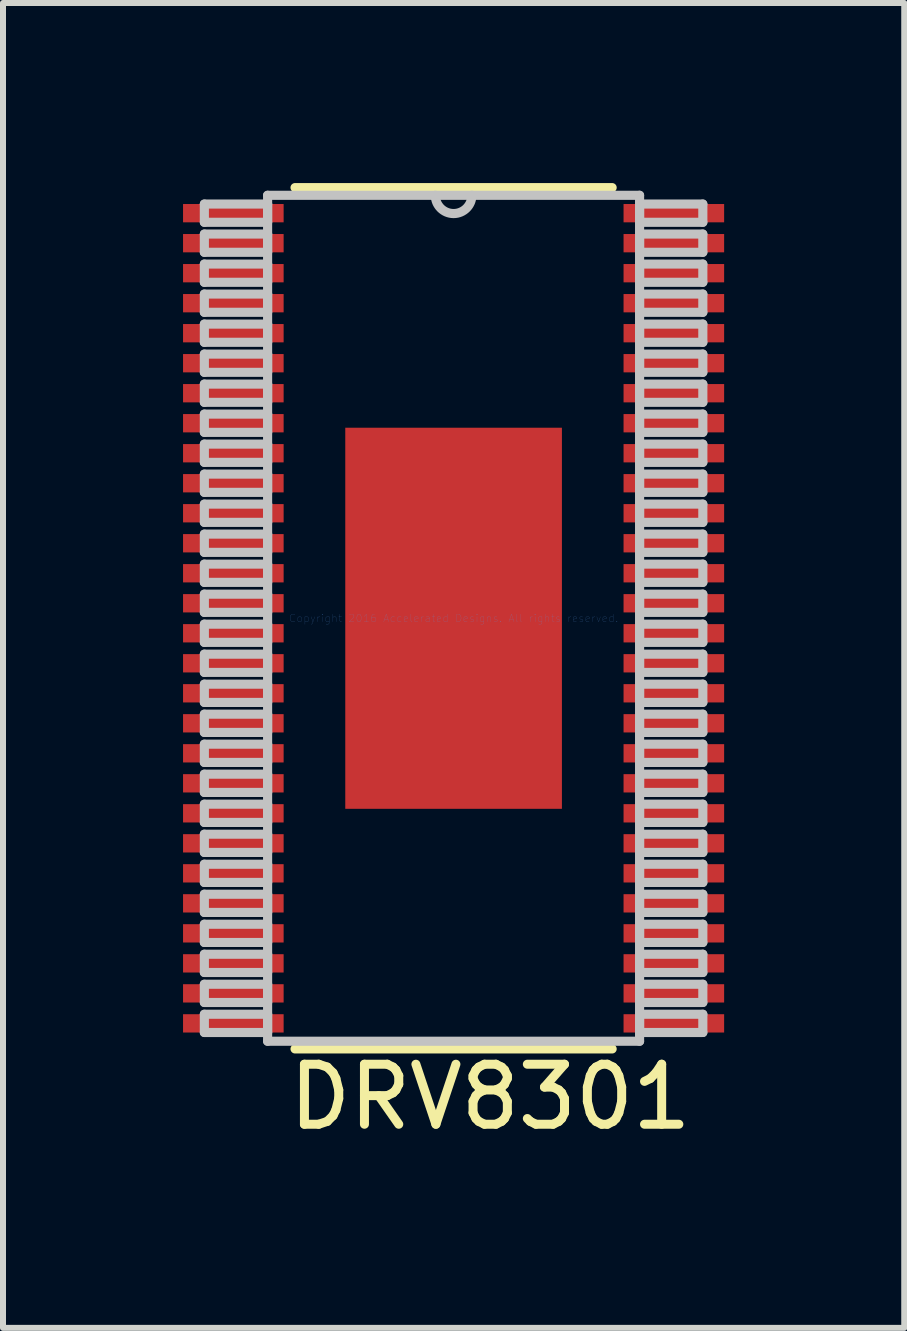
<source format=kicad_pcb>
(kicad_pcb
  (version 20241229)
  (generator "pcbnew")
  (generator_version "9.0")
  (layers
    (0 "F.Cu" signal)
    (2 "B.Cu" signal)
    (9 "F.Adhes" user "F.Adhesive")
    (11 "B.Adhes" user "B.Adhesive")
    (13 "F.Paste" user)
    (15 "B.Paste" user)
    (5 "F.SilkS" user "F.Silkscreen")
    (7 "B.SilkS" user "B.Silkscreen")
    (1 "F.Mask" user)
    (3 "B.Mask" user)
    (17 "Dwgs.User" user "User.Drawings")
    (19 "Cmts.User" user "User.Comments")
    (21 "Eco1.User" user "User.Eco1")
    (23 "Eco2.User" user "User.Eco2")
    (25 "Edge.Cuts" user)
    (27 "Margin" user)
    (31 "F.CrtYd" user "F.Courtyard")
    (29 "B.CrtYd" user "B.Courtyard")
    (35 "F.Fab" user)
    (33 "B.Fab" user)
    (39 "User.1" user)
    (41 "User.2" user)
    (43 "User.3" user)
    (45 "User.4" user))
  (footprint "DRV8301"
    (layer "F.Cu")
    (at 4.508 7.252)
    (property "Reference" "DRV8301" (at 0.61 7.976 0) (layer "F.SilkS") (effects (font (size 1 1) (thickness 0.15))))
    (attr through_hole)
    (fp_line (start -2.642 7.176) (end 2.642 7.176) (stroke (width 0.152) (type solid)) (layer "F.SilkS"))
    (fp_line (start 2.642 -7.176) (end -2.642 -7.176) (stroke (width 0.152) (type solid)) (layer "F.SilkS"))
    (fp_line (start -4.153 -6.902) (end -4.153 -6.598) (stroke (width 0.152) (type solid)) (layer "Dwgs.User"))
    (fp_line (start -4.153 -6.598) (end -3.099 -6.598) (stroke (width 0.152) (type solid)) (layer "Dwgs.User"))
    (fp_line (start -4.153 -6.402) (end -4.153 -6.098) (stroke (width 0.152) (type solid)) (layer "Dwgs.User"))
    (fp_line (start -4.153 -6.098) (end -3.099 -6.098) (stroke (width 0.152) (type solid)) (layer "Dwgs.User"))
    (fp_line (start -4.153 -5.902) (end -4.153 -5.598) (stroke (width 0.152) (type solid)) (layer "Dwgs.User"))
    (fp_line (start -4.153 -5.598) (end -3.099 -5.598) (stroke (width 0.152) (type solid)) (layer "Dwgs.User"))
    (fp_line (start -4.153 -5.402) (end -4.153 -5.098) (stroke (width 0.152) (type solid)) (layer "Dwgs.User"))
    (fp_line (start -4.153 -5.098) (end -3.099 -5.098) (stroke (width 0.152) (type solid)) (layer "Dwgs.User"))
    (fp_line (start -4.153 -4.902) (end -4.153 -4.598) (stroke (width 0.152) (type solid)) (layer "Dwgs.User"))
    (fp_line (start -4.153 -4.598) (end -3.099 -4.598) (stroke (width 0.152) (type solid)) (layer "Dwgs.User"))
    (fp_line (start -4.153 -4.402) (end -4.153 -4.098) (stroke (width 0.152) (type solid)) (layer "Dwgs.User"))
    (fp_line (start -4.153 -4.098) (end -3.099 -4.098) (stroke (width 0.152) (type solid)) (layer "Dwgs.User"))
    (fp_line (start -4.153 -3.902) (end -4.153 -3.598) (stroke (width 0.152) (type solid)) (layer "Dwgs.User"))
    (fp_line (start -4.153 -3.598) (end -3.099 -3.598) (stroke (width 0.152) (type solid)) (layer "Dwgs.User"))
    (fp_line (start -4.153 -3.402) (end -4.153 -3.098) (stroke (width 0.152) (type solid)) (layer "Dwgs.User"))
    (fp_line (start -4.153 -3.098) (end -3.099 -3.098) (stroke (width 0.152) (type solid)) (layer "Dwgs.User"))
    (fp_line (start -4.153 -2.902) (end -4.153 -2.598) (stroke (width 0.152) (type solid)) (layer "Dwgs.User"))
    (fp_line (start -4.153 -2.598) (end -3.099 -2.598) (stroke (width 0.152) (type solid)) (layer "Dwgs.User"))
    (fp_line (start -4.153 -2.402) (end -4.153 -2.098) (stroke (width 0.152) (type solid)) (layer "Dwgs.User"))
    (fp_line (start -4.153 -2.098) (end -3.099 -2.098) (stroke (width 0.152) (type solid)) (layer "Dwgs.User"))
    (fp_line (start -4.153 -1.902) (end -4.153 -1.598) (stroke (width 0.152) (type solid)) (layer "Dwgs.User"))
    (fp_line (start -4.153 -1.598) (end -3.099 -1.598) (stroke (width 0.152) (type solid)) (layer "Dwgs.User"))
    (fp_line (start -4.153 -1.402) (end -4.153 -1.098) (stroke (width 0.152) (type solid)) (layer "Dwgs.User"))
    (fp_line (start -4.153 -1.098) (end -3.099 -1.098) (stroke (width 0.152) (type solid)) (layer "Dwgs.User"))
    (fp_line (start -4.153 -0.902) (end -4.153 -0.598) (stroke (width 0.152) (type solid)) (layer "Dwgs.User"))
    (fp_line (start -4.153 -0.598) (end -3.099 -0.598) (stroke (width 0.152) (type solid)) (layer "Dwgs.User"))
    (fp_line (start -4.153 -0.402) (end -4.153 -0.098) (stroke (width 0.152) (type solid)) (layer "Dwgs.User"))
    (fp_line (start -4.153 -0.098) (end -3.099 -0.098) (stroke (width 0.152) (type solid)) (layer "Dwgs.User"))
    (fp_line (start -4.153 0.098) (end -4.153 0.402) (stroke (width 0.152) (type solid)) (layer "Dwgs.User"))
    (fp_line (start -4.153 0.402) (end -3.099 0.402) (stroke (width 0.152) (type solid)) (layer "Dwgs.User"))
    (fp_line (start -4.153 0.598) (end -4.153 0.902) (stroke (width 0.152) (type solid)) (layer "Dwgs.User"))
    (fp_line (start -4.153 0.902) (end -3.099 0.902) (stroke (width 0.152) (type solid)) (layer "Dwgs.User"))
    (fp_line (start -4.153 1.098) (end -4.153 1.402) (stroke (width 0.152) (type solid)) (layer "Dwgs.User"))
    (fp_line (start -4.153 1.402) (end -3.099 1.402) (stroke (width 0.152) (type solid)) (layer "Dwgs.User"))
    (fp_line (start -4.153 1.598) (end -4.153 1.902) (stroke (width 0.152) (type solid)) (layer "Dwgs.User"))
    (fp_line (start -4.153 1.902) (end -3.099 1.902) (stroke (width 0.152) (type solid)) (layer "Dwgs.User"))
    (fp_line (start -4.153 2.098) (end -4.153 2.402) (stroke (width 0.152) (type solid)) (layer "Dwgs.User"))
    (fp_line (start -4.153 2.402) (end -3.099 2.402) (stroke (width 0.152) (type solid)) (layer "Dwgs.User"))
    (fp_line (start -4.153 2.598) (end -4.153 2.902) (stroke (width 0.152) (type solid)) (layer "Dwgs.User"))
    (fp_line (start -4.153 2.902) (end -3.099 2.902) (stroke (width 0.152) (type solid)) (layer "Dwgs.User"))
    (fp_line (start -4.153 3.098) (end -4.153 3.402) (stroke (width 0.152) (type solid)) (layer "Dwgs.User"))
    (fp_line (start -4.153 3.402) (end -3.099 3.402) (stroke (width 0.152) (type solid)) (layer "Dwgs.User"))
    (fp_line (start -4.153 3.598) (end -4.153 3.902) (stroke (width 0.152) (type solid)) (layer "Dwgs.User"))
    (fp_line (start -4.153 3.902) (end -3.099 3.902) (stroke (width 0.152) (type solid)) (layer "Dwgs.User"))
    (fp_line (start -4.153 4.098) (end -4.153 4.402) (stroke (width 0.152) (type solid)) (layer "Dwgs.User"))
    (fp_line (start -4.153 4.402) (end -3.099 4.402) (stroke (width 0.152) (type solid)) (layer "Dwgs.User"))
    (fp_line (start -4.153 4.598) (end -4.153 4.902) (stroke (width 0.152) (type solid)) (layer "Dwgs.User"))
    (fp_line (start -4.153 4.902) (end -3.099 4.902) (stroke (width 0.152) (type solid)) (layer "Dwgs.User"))
    (fp_line (start -4.153 5.098) (end -4.153 5.402) (stroke (width 0.152) (type solid)) (layer "Dwgs.User"))
    (fp_line (start -4.153 5.402) (end -3.099 5.402) (stroke (width 0.152) (type solid)) (layer "Dwgs.User"))
    (fp_line (start -4.153 5.598) (end -4.153 5.902) (stroke (width 0.152) (type solid)) (layer "Dwgs.User"))
    (fp_line (start -4.153 5.902) (end -3.099 5.902) (stroke (width 0.152) (type solid)) (layer "Dwgs.User"))
    (fp_line (start -4.153 6.098) (end -4.153 6.402) (stroke (width 0.152) (type solid)) (layer "Dwgs.User"))
    (fp_line (start -4.153 6.402) (end -3.099 6.402) (stroke (width 0.152) (type solid)) (layer "Dwgs.User"))
    (fp_line (start -4.153 6.598) (end -4.153 6.902) (stroke (width 0.152) (type solid)) (layer "Dwgs.User"))
    (fp_line (start -4.153 6.902) (end -3.099 6.902) (stroke (width 0.152) (type solid)) (layer "Dwgs.User"))
    (fp_line (start -3.099 -7.048) (end -3.099 7.048) (stroke (width 0.152) (type solid)) (layer "Dwgs.User"))
    (fp_line (start -3.099 -6.902) (end -4.153 -6.902) (stroke (width 0.152) (type solid)) (layer "Dwgs.User"))
    (fp_line (start -3.099 -6.598) (end -3.099 -6.902) (stroke (width 0.152) (type solid)) (layer "Dwgs.User"))
    (fp_line (start -3.099 -6.402) (end -4.153 -6.402) (stroke (width 0.152) (type solid)) (layer "Dwgs.User"))
    (fp_line (start -3.099 -6.098) (end -3.099 -6.402) (stroke (width 0.152) (type solid)) (layer "Dwgs.User"))
    (fp_line (start -3.099 -5.902) (end -4.153 -5.902) (stroke (width 0.152) (type solid)) (layer "Dwgs.User"))
    (fp_line (start -3.099 -5.598) (end -3.099 -5.902) (stroke (width 0.152) (type solid)) (layer "Dwgs.User"))
    (fp_line (start -3.099 -5.402) (end -4.153 -5.402) (stroke (width 0.152) (type solid)) (layer "Dwgs.User"))
    (fp_line (start -3.099 -5.098) (end -3.099 -5.402) (stroke (width 0.152) (type solid)) (layer "Dwgs.User"))
    (fp_line (start -3.099 -4.902) (end -4.153 -4.902) (stroke (width 0.152) (type solid)) (layer "Dwgs.User"))
    (fp_line (start -3.099 -4.598) (end -3.099 -4.902) (stroke (width 0.152) (type solid)) (layer "Dwgs.User"))
    (fp_line (start -3.099 -4.402) (end -4.153 -4.402) (stroke (width 0.152) (type solid)) (layer "Dwgs.User"))
    (fp_line (start -3.099 -4.098) (end -3.099 -4.402) (stroke (width 0.152) (type solid)) (layer "Dwgs.User"))
    (fp_line (start -3.099 -3.902) (end -4.153 -3.902) (stroke (width 0.152) (type solid)) (layer "Dwgs.User"))
    (fp_line (start -3.099 -3.598) (end -3.099 -3.902) (stroke (width 0.152) (type solid)) (layer "Dwgs.User"))
    (fp_line (start -3.099 -3.402) (end -4.153 -3.402) (stroke (width 0.152) (type solid)) (layer "Dwgs.User"))
    (fp_line (start -3.099 -3.098) (end -3.099 -3.402) (stroke (width 0.152) (type solid)) (layer "Dwgs.User"))
    (fp_line (start -3.099 -2.902) (end -4.153 -2.902) (stroke (width 0.152) (type solid)) (layer "Dwgs.User"))
    (fp_line (start -3.099 -2.598) (end -3.099 -2.902) (stroke (width 0.152) (type solid)) (layer "Dwgs.User"))
    (fp_line (start -3.099 -2.402) (end -4.153 -2.402) (stroke (width 0.152) (type solid)) (layer "Dwgs.User"))
    (fp_line (start -3.099 -2.098) (end -3.099 -2.402) (stroke (width 0.152) (type solid)) (layer "Dwgs.User"))
    (fp_line (start -3.099 -1.902) (end -4.153 -1.902) (stroke (width 0.152) (type solid)) (layer "Dwgs.User"))
    (fp_line (start -3.099 -1.598) (end -3.099 -1.902) (stroke (width 0.152) (type solid)) (layer "Dwgs.User"))
    (fp_line (start -3.099 -1.402) (end -4.153 -1.402) (stroke (width 0.152) (type solid)) (layer "Dwgs.User"))
    (fp_line (start -3.099 -1.098) (end -3.099 -1.402) (stroke (width 0.152) (type solid)) (layer "Dwgs.User"))
    (fp_line (start -3.099 -0.902) (end -4.153 -0.902) (stroke (width 0.152) (type solid)) (layer "Dwgs.User"))
    (fp_line (start -3.099 -0.598) (end -3.099 -0.902) (stroke (width 0.152) (type solid)) (layer "Dwgs.User"))
    (fp_line (start -3.099 -0.402) (end -4.153 -0.402) (stroke (width 0.152) (type solid)) (layer "Dwgs.User"))
    (fp_line (start -3.099 -0.098) (end -3.099 -0.402) (stroke (width 0.152) (type solid)) (layer "Dwgs.User"))
    (fp_line (start -3.099 0.098) (end -4.153 0.098) (stroke (width 0.152) (type solid)) (layer "Dwgs.User"))
    (fp_line (start -3.099 0.402) (end -3.099 0.098) (stroke (width 0.152) (type solid)) (layer "Dwgs.User"))
    (fp_line (start -3.099 0.598) (end -4.153 0.598) (stroke (width 0.152) (type solid)) (layer "Dwgs.User"))
    (fp_line (start -3.099 0.902) (end -3.099 0.598) (stroke (width 0.152) (type solid)) (layer "Dwgs.User"))
    (fp_line (start -3.099 1.098) (end -4.153 1.098) (stroke (width 0.152) (type solid)) (layer "Dwgs.User"))
    (fp_line (start -3.099 1.402) (end -3.099 1.098) (stroke (width 0.152) (type solid)) (layer "Dwgs.User"))
    (fp_line (start -3.099 1.598) (end -4.153 1.598) (stroke (width 0.152) (type solid)) (layer "Dwgs.User"))
    (fp_line (start -3.099 1.902) (end -3.099 1.598) (stroke (width 0.152) (type solid)) (layer "Dwgs.User"))
    (fp_line (start -3.099 2.098) (end -4.153 2.098) (stroke (width 0.152) (type solid)) (layer "Dwgs.User"))
    (fp_line (start -3.099 2.402) (end -3.099 2.098) (stroke (width 0.152) (type solid)) (layer "Dwgs.User"))
    (fp_line (start -3.099 2.598) (end -4.153 2.598) (stroke (width 0.152) (type solid)) (layer "Dwgs.User"))
    (fp_line (start -3.099 2.902) (end -3.099 2.598) (stroke (width 0.152) (type solid)) (layer "Dwgs.User"))
    (fp_line (start -3.099 3.098) (end -4.153 3.098) (stroke (width 0.152) (type solid)) (layer "Dwgs.User"))
    (fp_line (start -3.099 3.402) (end -3.099 3.098) (stroke (width 0.152) (type solid)) (layer "Dwgs.User"))
    (fp_line (start -3.099 3.598) (end -4.153 3.598) (stroke (width 0.152) (type solid)) (layer "Dwgs.User"))
    (fp_line (start -3.099 3.902) (end -3.099 3.598) (stroke (width 0.152) (type solid)) (layer "Dwgs.User"))
    (fp_line (start -3.099 4.098) (end -4.153 4.098) (stroke (width 0.152) (type solid)) (layer "Dwgs.User"))
    (fp_line (start -3.099 4.402) (end -3.099 4.098) (stroke (width 0.152) (type solid)) (layer "Dwgs.User"))
    (fp_line (start -3.099 4.598) (end -4.153 4.598) (stroke (width 0.152) (type solid)) (layer "Dwgs.User"))
    (fp_line (start -3.099 4.902) (end -3.099 4.598) (stroke (width 0.152) (type solid)) (layer "Dwgs.User"))
    (fp_line (start -3.099 5.098) (end -4.153 5.098) (stroke (width 0.152) (type solid)) (layer "Dwgs.User"))
    (fp_line (start -3.099 5.402) (end -3.099 5.098) (stroke (width 0.152) (type solid)) (layer "Dwgs.User"))
    (fp_line (start -3.099 5.598) (end -4.153 5.598) (stroke (width 0.152) (type solid)) (layer "Dwgs.User"))
    (fp_line (start -3.099 5.902) (end -3.099 5.598) (stroke (width 0.152) (type solid)) (layer "Dwgs.User"))
    (fp_line (start -3.099 6.098) (end -4.153 6.098) (stroke (width 0.152) (type solid)) (layer "Dwgs.User"))
    (fp_line (start -3.099 6.402) (end -3.099 6.098) (stroke (width 0.152) (type solid)) (layer "Dwgs.User"))
    (fp_line (start -3.099 6.598) (end -4.153 6.598) (stroke (width 0.152) (type solid)) (layer "Dwgs.User"))
    (fp_line (start -3.099 6.902) (end -3.099 6.598) (stroke (width 0.152) (type solid)) (layer "Dwgs.User"))
    (fp_line (start -3.099 7.048) (end 3.099 7.048) (stroke (width 0.152) (type solid)) (layer "Dwgs.User"))
    (fp_line (start 3.099 -7.048) (end -3.099 -7.048) (stroke (width 0.152) (type solid)) (layer "Dwgs.User"))
    (fp_line (start 3.099 -6.902) (end 3.099 -6.598) (stroke (width 0.152) (type solid)) (layer "Dwgs.User"))
    (fp_line (start 3.099 -6.598) (end 4.153 -6.598) (stroke (width 0.152) (type solid)) (layer "Dwgs.User"))
    (fp_line (start 3.099 -6.402) (end 3.099 -6.098) (stroke (width 0.152) (type solid)) (layer "Dwgs.User"))
    (fp_line (start 3.099 -6.098) (end 4.153 -6.098) (stroke (width 0.152) (type solid)) (layer "Dwgs.User"))
    (fp_line (start 3.099 -5.902) (end 3.099 -5.598) (stroke (width 0.152) (type solid)) (layer "Dwgs.User"))
    (fp_line (start 3.099 -5.598) (end 4.153 -5.598) (stroke (width 0.152) (type solid)) (layer "Dwgs.User"))
    (fp_line (start 3.099 -5.402) (end 3.099 -5.098) (stroke (width 0.152) (type solid)) (layer "Dwgs.User"))
    (fp_line (start 3.099 -5.098) (end 4.153 -5.098) (stroke (width 0.152) (type solid)) (layer "Dwgs.User"))
    (fp_line (start 3.099 -4.902) (end 3.099 -4.598) (stroke (width 0.152) (type solid)) (layer "Dwgs.User"))
    (fp_line (start 3.099 -4.598) (end 4.153 -4.598) (stroke (width 0.152) (type solid)) (layer "Dwgs.User"))
    (fp_line (start 3.099 -4.402) (end 3.099 -4.098) (stroke (width 0.152) (type solid)) (layer "Dwgs.User"))
    (fp_line (start 3.099 -4.098) (end 4.153 -4.098) (stroke (width 0.152) (type solid)) (layer "Dwgs.User"))
    (fp_line (start 3.099 -3.902) (end 3.099 -3.598) (stroke (width 0.152) (type solid)) (layer "Dwgs.User"))
    (fp_line (start 3.099 -3.598) (end 4.153 -3.598) (stroke (width 0.152) (type solid)) (layer "Dwgs.User"))
    (fp_line (start 3.099 -3.402) (end 3.099 -3.098) (stroke (width 0.152) (type solid)) (layer "Dwgs.User"))
    (fp_line (start 3.099 -3.098) (end 4.153 -3.098) (stroke (width 0.152) (type solid)) (layer "Dwgs.User"))
    (fp_line (start 3.099 -2.902) (end 3.099 -2.598) (stroke (width 0.152) (type solid)) (layer "Dwgs.User"))
    (fp_line (start 3.099 -2.598) (end 4.153 -2.598) (stroke (width 0.152) (type solid)) (layer "Dwgs.User"))
    (fp_line (start 3.099 -2.402) (end 3.099 -2.098) (stroke (width 0.152) (type solid)) (layer "Dwgs.User"))
    (fp_line (start 3.099 -2.098) (end 4.153 -2.098) (stroke (width 0.152) (type solid)) (layer "Dwgs.User"))
    (fp_line (start 3.099 -1.902) (end 3.099 -1.598) (stroke (width 0.152) (type solid)) (layer "Dwgs.User"))
    (fp_line (start 3.099 -1.598) (end 4.153 -1.598) (stroke (width 0.152) (type solid)) (layer "Dwgs.User"))
    (fp_line (start 3.099 -1.402) (end 3.099 -1.098) (stroke (width 0.152) (type solid)) (layer "Dwgs.User"))
    (fp_line (start 3.099 -1.098) (end 4.153 -1.098) (stroke (width 0.152) (type solid)) (layer "Dwgs.User"))
    (fp_line (start 3.099 -0.902) (end 3.099 -0.598) (stroke (width 0.152) (type solid)) (layer "Dwgs.User"))
    (fp_line (start 3.099 -0.598) (end 4.153 -0.598) (stroke (width 0.152) (type solid)) (layer "Dwgs.User"))
    (fp_line (start 3.099 -0.402) (end 3.099 -0.098) (stroke (width 0.152) (type solid)) (layer "Dwgs.User"))
    (fp_line (start 3.099 -0.098) (end 4.153 -0.098) (stroke (width 0.152) (type solid)) (layer "Dwgs.User"))
    (fp_line (start 3.099 0.098) (end 3.099 0.402) (stroke (width 0.152) (type solid)) (layer "Dwgs.User"))
    (fp_line (start 3.099 0.402) (end 4.153 0.402) (stroke (width 0.152) (type solid)) (layer "Dwgs.User"))
    (fp_line (start 3.099 0.598) (end 3.099 0.902) (stroke (width 0.152) (type solid)) (layer "Dwgs.User"))
    (fp_line (start 3.099 0.902) (end 4.153 0.902) (stroke (width 0.152) (type solid)) (layer "Dwgs.User"))
    (fp_line (start 3.099 1.098) (end 3.099 1.402) (stroke (width 0.152) (type solid)) (layer "Dwgs.User"))
    (fp_line (start 3.099 1.402) (end 4.153 1.402) (stroke (width 0.152) (type solid)) (layer "Dwgs.User"))
    (fp_line (start 3.099 1.598) (end 3.099 1.902) (stroke (width 0.152) (type solid)) (layer "Dwgs.User"))
    (fp_line (start 3.099 1.902) (end 4.153 1.902) (stroke (width 0.152) (type solid)) (layer "Dwgs.User"))
    (fp_line (start 3.099 2.098) (end 3.099 2.402) (stroke (width 0.152) (type solid)) (layer "Dwgs.User"))
    (fp_line (start 3.099 2.402) (end 4.153 2.402) (stroke (width 0.152) (type solid)) (layer "Dwgs.User"))
    (fp_line (start 3.099 2.598) (end 3.099 2.902) (stroke (width 0.152) (type solid)) (layer "Dwgs.User"))
    (fp_line (start 3.099 2.902) (end 4.153 2.902) (stroke (width 0.152) (type solid)) (layer "Dwgs.User"))
    (fp_line (start 3.099 3.098) (end 3.099 3.402) (stroke (width 0.152) (type solid)) (layer "Dwgs.User"))
    (fp_line (start 3.099 3.402) (end 4.153 3.402) (stroke (width 0.152) (type solid)) (layer "Dwgs.User"))
    (fp_line (start 3.099 3.598) (end 3.099 3.902) (stroke (width 0.152) (type solid)) (layer "Dwgs.User"))
    (fp_line (start 3.099 3.902) (end 4.153 3.902) (stroke (width 0.152) (type solid)) (layer "Dwgs.User"))
    (fp_line (start 3.099 4.098) (end 3.099 4.402) (stroke (width 0.152) (type solid)) (layer "Dwgs.User"))
    (fp_line (start 3.099 4.402) (end 4.153 4.402) (stroke (width 0.152) (type solid)) (layer "Dwgs.User"))
    (fp_line (start 3.099 4.598) (end 3.099 4.902) (stroke (width 0.152) (type solid)) (layer "Dwgs.User"))
    (fp_line (start 3.099 4.902) (end 4.153 4.902) (stroke (width 0.152) (type solid)) (layer "Dwgs.User"))
    (fp_line (start 3.099 5.098) (end 3.099 5.402) (stroke (width 0.152) (type solid)) (layer "Dwgs.User"))
    (fp_line (start 3.099 5.402) (end 4.153 5.402) (stroke (width 0.152) (type solid)) (layer "Dwgs.User"))
    (fp_line (start 3.099 5.598) (end 3.099 5.902) (stroke (width 0.152) (type solid)) (layer "Dwgs.User"))
    (fp_line (start 3.099 5.902) (end 4.153 5.902) (stroke (width 0.152) (type solid)) (layer "Dwgs.User"))
    (fp_line (start 3.099 6.098) (end 3.099 6.402) (stroke (width 0.152) (type solid)) (layer "Dwgs.User"))
    (fp_line (start 3.099 6.402) (end 4.153 6.402) (stroke (width 0.152) (type solid)) (layer "Dwgs.User"))
    (fp_line (start 3.099 6.598) (end 3.099 6.902) (stroke (width 0.152) (type solid)) (layer "Dwgs.User"))
    (fp_line (start 3.099 6.902) (end 4.153 6.902) (stroke (width 0.152) (type solid)) (layer "Dwgs.User"))
    (fp_line (start 3.099 7.048) (end 3.099 -7.048) (stroke (width 0.152) (type solid)) (layer "Dwgs.User"))
    (fp_line (start 4.153 -6.902) (end 3.099 -6.902) (stroke (width 0.152) (type solid)) (layer "Dwgs.User"))
    (fp_line (start 4.153 -6.598) (end 4.153 -6.902) (stroke (width 0.152) (type solid)) (layer "Dwgs.User"))
    (fp_line (start 4.153 -6.402) (end 3.099 -6.402) (stroke (width 0.152) (type solid)) (layer "Dwgs.User"))
    (fp_line (start 4.153 -6.098) (end 4.153 -6.402) (stroke (width 0.152) (type solid)) (layer "Dwgs.User"))
    (fp_line (start 4.153 -5.902) (end 3.099 -5.902) (stroke (width 0.152) (type solid)) (layer "Dwgs.User"))
    (fp_line (start 4.153 -5.598) (end 4.153 -5.902) (stroke (width 0.152) (type solid)) (layer "Dwgs.User"))
    (fp_line (start 4.153 -5.402) (end 3.099 -5.402) (stroke (width 0.152) (type solid)) (layer "Dwgs.User"))
    (fp_line (start 4.153 -5.098) (end 4.153 -5.402) (stroke (width 0.152) (type solid)) (layer "Dwgs.User"))
    (fp_line (start 4.153 -4.902) (end 3.099 -4.902) (stroke (width 0.152) (type solid)) (layer "Dwgs.User"))
    (fp_line (start 4.153 -4.598) (end 4.153 -4.902) (stroke (width 0.152) (type solid)) (layer "Dwgs.User"))
    (fp_line (start 4.153 -4.402) (end 3.099 -4.402) (stroke (width 0.152) (type solid)) (layer "Dwgs.User"))
    (fp_line (start 4.153 -4.098) (end 4.153 -4.402) (stroke (width 0.152) (type solid)) (layer "Dwgs.User"))
    (fp_line (start 4.153 -3.902) (end 3.099 -3.902) (stroke (width 0.152) (type solid)) (layer "Dwgs.User"))
    (fp_line (start 4.153 -3.598) (end 4.153 -3.902) (stroke (width 0.152) (type solid)) (layer "Dwgs.User"))
    (fp_line (start 4.153 -3.402) (end 3.099 -3.402) (stroke (width 0.152) (type solid)) (layer "Dwgs.User"))
    (fp_line (start 4.153 -3.098) (end 4.153 -3.402) (stroke (width 0.152) (type solid)) (layer "Dwgs.User"))
    (fp_line (start 4.153 -2.902) (end 3.099 -2.902) (stroke (width 0.152) (type solid)) (layer "Dwgs.User"))
    (fp_line (start 4.153 -2.598) (end 4.153 -2.902) (stroke (width 0.152) (type solid)) (layer "Dwgs.User"))
    (fp_line (start 4.153 -2.402) (end 3.099 -2.402) (stroke (width 0.152) (type solid)) (layer "Dwgs.User"))
    (fp_line (start 4.153 -2.098) (end 4.153 -2.402) (stroke (width 0.152) (type solid)) (layer "Dwgs.User"))
    (fp_line (start 4.153 -1.902) (end 3.099 -1.902) (stroke (width 0.152) (type solid)) (layer "Dwgs.User"))
    (fp_line (start 4.153 -1.598) (end 4.153 -1.902) (stroke (width 0.152) (type solid)) (layer "Dwgs.User"))
    (fp_line (start 4.153 -1.402) (end 3.099 -1.402) (stroke (width 0.152) (type solid)) (layer "Dwgs.User"))
    (fp_line (start 4.153 -1.098) (end 4.153 -1.402) (stroke (width 0.152) (type solid)) (layer "Dwgs.User"))
    (fp_line (start 4.153 -0.902) (end 3.099 -0.902) (stroke (width 0.152) (type solid)) (layer "Dwgs.User"))
    (fp_line (start 4.153 -0.598) (end 4.153 -0.902) (stroke (width 0.152) (type solid)) (layer "Dwgs.User"))
    (fp_line (start 4.153 -0.402) (end 3.099 -0.402) (stroke (width 0.152) (type solid)) (layer "Dwgs.User"))
    (fp_line (start 4.153 -0.098) (end 4.153 -0.402) (stroke (width 0.152) (type solid)) (layer "Dwgs.User"))
    (fp_line (start 4.153 0.098) (end 3.099 0.098) (stroke (width 0.152) (type solid)) (layer "Dwgs.User"))
    (fp_line (start 4.153 0.402) (end 4.153 0.098) (stroke (width 0.152) (type solid)) (layer "Dwgs.User"))
    (fp_line (start 4.153 0.598) (end 3.099 0.598) (stroke (width 0.152) (type solid)) (layer "Dwgs.User"))
    (fp_line (start 4.153 0.902) (end 4.153 0.598) (stroke (width 0.152) (type solid)) (layer "Dwgs.User"))
    (fp_line (start 4.153 1.098) (end 3.099 1.098) (stroke (width 0.152) (type solid)) (layer "Dwgs.User"))
    (fp_line (start 4.153 1.402) (end 4.153 1.098) (stroke (width 0.152) (type solid)) (layer "Dwgs.User"))
    (fp_line (start 4.153 1.598) (end 3.099 1.598) (stroke (width 0.152) (type solid)) (layer "Dwgs.User"))
    (fp_line (start 4.153 1.902) (end 4.153 1.598) (stroke (width 0.152) (type solid)) (layer "Dwgs.User"))
    (fp_line (start 4.153 2.098) (end 3.099 2.098) (stroke (width 0.152) (type solid)) (layer "Dwgs.User"))
    (fp_line (start 4.153 2.402) (end 4.153 2.098) (stroke (width 0.152) (type solid)) (layer "Dwgs.User"))
    (fp_line (start 4.153 2.598) (end 3.099 2.598) (stroke (width 0.152) (type solid)) (layer "Dwgs.User"))
    (fp_line (start 4.153 2.902) (end 4.153 2.598) (stroke (width 0.152) (type solid)) (layer "Dwgs.User"))
    (fp_line (start 4.153 3.098) (end 3.099 3.098) (stroke (width 0.152) (type solid)) (layer "Dwgs.User"))
    (fp_line (start 4.153 3.402) (end 4.153 3.098) (stroke (width 0.152) (type solid)) (layer "Dwgs.User"))
    (fp_line (start 4.153 3.598) (end 3.099 3.598) (stroke (width 0.152) (type solid)) (layer "Dwgs.User"))
    (fp_line (start 4.153 3.902) (end 4.153 3.598) (stroke (width 0.152) (type solid)) (layer "Dwgs.User"))
    (fp_line (start 4.153 4.098) (end 3.099 4.098) (stroke (width 0.152) (type solid)) (layer "Dwgs.User"))
    (fp_line (start 4.153 4.402) (end 4.153 4.098) (stroke (width 0.152) (type solid)) (layer "Dwgs.User"))
    (fp_line (start 4.153 4.598) (end 3.099 4.598) (stroke (width 0.152) (type solid)) (layer "Dwgs.User"))
    (fp_line (start 4.153 4.902) (end 4.153 4.598) (stroke (width 0.152) (type solid)) (layer "Dwgs.User"))
    (fp_line (start 4.153 5.098) (end 3.099 5.098) (stroke (width 0.152) (type solid)) (layer "Dwgs.User"))
    (fp_line (start 4.153 5.402) (end 4.153 5.098) (stroke (width 0.152) (type solid)) (layer "Dwgs.User"))
    (fp_line (start 4.153 5.598) (end 3.099 5.598) (stroke (width 0.152) (type solid)) (layer "Dwgs.User"))
    (fp_line (start 4.153 5.902) (end 4.153 5.598) (stroke (width 0.152) (type solid)) (layer "Dwgs.User"))
    (fp_line (start 4.153 6.098) (end 3.099 6.098) (stroke (width 0.152) (type solid)) (layer "Dwgs.User"))
    (fp_line (start 4.153 6.402) (end 4.153 6.098) (stroke (width 0.152) (type solid)) (layer "Dwgs.User"))
    (fp_line (start 4.153 6.598) (end 3.099 6.598) (stroke (width 0.152) (type solid)) (layer "Dwgs.User"))
    (fp_line (start 4.153 6.902) (end 4.153 6.598) (stroke (width 0.152) (type solid)) (layer "Dwgs.User"))
    (fp_arc (start 0.3048 -7.0485) (mid 0 -6.7437) (end -0.3048 -7.0485) (stroke (width 0.1524) (type solid)) (layer "Dwgs.User"))
    (fp_circle (center -1.181 -2.756) (end -0.991 -2.756) (stroke (width 0.152) (type solid)) (fill no) (layer "Eco1.User"))
    (fp_circle (center -1.181 -1.968) (end -0.991 -1.968) (stroke (width 0.152) (type solid)) (fill no) (layer "Eco1.User"))
    (fp_circle (center -1.181 -1.181) (end -0.991 -1.181) (stroke (width 0.152) (type solid)) (fill no) (layer "Eco1.User"))
    (fp_circle (center -1.181 -0.394) (end -0.991 -0.394) (stroke (width 0.152) (type solid)) (fill no) (layer "Eco1.User"))
    (fp_circle (center -1.181 0.394) (end -0.991 0.394) (stroke (width 0.152) (type solid)) (fill no) (layer "Eco1.User"))
    (fp_circle (center -1.181 1.181) (end -0.991 1.181) (stroke (width 0.152) (type solid)) (fill no) (layer "Eco1.User"))
    (fp_circle (center -1.181 1.968) (end -0.991 1.968) (stroke (width 0.152) (type solid)) (fill no) (layer "Eco1.User"))
    (fp_circle (center -1.181 2.756) (end -0.991 2.756) (stroke (width 0.152) (type solid)) (fill no) (layer "Eco1.User"))
    (fp_circle (center -0.394 -2.756) (end -0.203 -2.756) (stroke (width 0.152) (type solid)) (fill no) (layer "Eco1.User"))
    (fp_circle (center -0.394 -1.968) (end -0.203 -1.968) (stroke (width 0.152) (type solid)) (fill no) (layer "Eco1.User"))
    (fp_circle (center -0.394 -1.181) (end -0.203 -1.181) (stroke (width 0.152) (type solid)) (fill no) (layer "Eco1.User"))
    (fp_circle (center -0.394 -0.394) (end -0.203 -0.394) (stroke (width 0.152) (type solid)) (fill no) (layer "Eco1.User"))
    (fp_circle (center -0.394 0.394) (end -0.203 0.394) (stroke (width 0.152) (type solid)) (fill no) (layer "Eco1.User"))
    (fp_circle (center -0.394 1.181) (end -0.203 1.181) (stroke (width 0.152) (type solid)) (fill no) (layer "Eco1.User"))
    (fp_circle (center -0.394 1.968) (end -0.203 1.968) (stroke (width 0.152) (type solid)) (fill no) (layer "Eco1.User"))
    (fp_circle (center -0.394 2.756) (end -0.203 2.756) (stroke (width 0.152) (type solid)) (fill no) (layer "Eco1.User"))
    (fp_circle (center 0.394 -2.756) (end 0.584 -2.756) (stroke (width 0.152) (type solid)) (fill no) (layer "Eco1.User"))
    (fp_circle (center 0.394 -1.968) (end 0.584 -1.968) (stroke (width 0.152) (type solid)) (fill no) (layer "Eco1.User"))
    (fp_circle (center 0.394 -1.181) (end 0.584 -1.181) (stroke (width 0.152) (type solid)) (fill no) (layer "Eco1.User"))
    (fp_circle (center 0.394 -0.394) (end 0.584 -0.394) (stroke (width 0.152) (type solid)) (fill no) (layer "Eco1.User"))
    (fp_circle (center 0.394 0.394) (end 0.584 0.394) (stroke (width 0.152) (type solid)) (fill no) (layer "Eco1.User"))
    (fp_circle (center 0.394 1.181) (end 0.584 1.181) (stroke (width 0.152) (type solid)) (fill no) (layer "Eco1.User"))
    (fp_circle (center 0.394 1.968) (end 0.584 1.968) (stroke (width 0.152) (type solid)) (fill no) (layer "Eco1.User"))
    (fp_circle (center 0.394 2.756) (end 0.584 2.756) (stroke (width 0.152) (type solid)) (fill no) (layer "Eco1.User"))
    (fp_circle (center 1.181 -2.756) (end 1.372 -2.756) (stroke (width 0.152) (type solid)) (fill no) (layer "Eco1.User"))
    (fp_circle (center 1.181 -1.968) (end 1.372 -1.968) (stroke (width 0.152) (type solid)) (fill no) (layer "Eco1.User"))
    (fp_circle (center 1.181 -1.181) (end 1.372 -1.181) (stroke (width 0.152) (type solid)) (fill no) (layer "Eco1.User"))
    (fp_circle (center 1.181 -0.394) (end 1.372 -0.394) (stroke (width 0.152) (type solid)) (fill no) (layer "Eco1.User"))
    (fp_circle (center 1.181 0.394) (end 1.372 0.394) (stroke (width 0.152) (type solid)) (fill no) (layer "Eco1.User"))
    (fp_circle (center 1.181 1.181) (end 1.372 1.181) (stroke (width 0.152) (type solid)) (fill no) (layer "Eco1.User"))
    (fp_circle (center 1.181 1.968) (end 1.372 1.968) (stroke (width 0.152) (type solid)) (fill no) (layer "Eco1.User"))
    (fp_circle (center 1.181 2.756) (end 1.372 2.756) (stroke (width 0.152) (type solid)) (fill no) (layer "Eco1.User"))
    (fp_text user "Copyright 2016 Accelerated Designs. All rights reserved." (at 0 0 0) (layer "Cmts.User") (effects (font (size 0.127 0.127) (thickness 0.002))))
    (pad "1" smd rect (at -3.67 -6.75) (size 1.676 0.305) (layers "F.Cu" "F.Mask" "F.Paste"))
    (pad "2" smd rect (at -3.67 -6.25) (size 1.676 0.305) (layers "F.Cu" "F.Mask" "F.Paste"))
    (pad "3" smd rect (at -3.67 -5.75) (size 1.676 0.305) (layers "F.Cu" "F.Mask" "F.Paste"))
    (pad "4" smd rect (at -3.67 -5.25) (size 1.676 0.305) (layers "F.Cu" "F.Mask" "F.Paste"))
    (pad "5" smd rect (at -3.67 -4.75) (size 1.676 0.305) (layers "F.Cu" "F.Mask" "F.Paste"))
    (pad "6" smd rect (at -3.67 -4.25) (size 1.676 0.305) (layers "F.Cu" "F.Mask" "F.Paste"))
    (pad "7" smd rect (at -3.67 -3.75) (size 1.676 0.305) (layers "F.Cu" "F.Mask" "F.Paste"))
    (pad "8" smd rect (at -3.67 -3.25) (size 1.676 0.305) (layers "F.Cu" "F.Mask" "F.Paste"))
    (pad "9" smd rect (at -3.67 -2.75) (size 1.676 0.305) (layers "F.Cu" "F.Mask" "F.Paste"))
    (pad "10" smd rect (at -3.67 -2.25) (size 1.676 0.305) (layers "F.Cu" "F.Mask" "F.Paste"))
    (pad "11" smd rect (at -3.67 -1.75) (size 1.676 0.305) (layers "F.Cu" "F.Mask" "F.Paste"))
    (pad "12" smd rect (at -3.67 -1.25) (size 1.676 0.305) (layers "F.Cu" "F.Mask" "F.Paste"))
    (pad "13" smd rect (at -3.67 -0.75) (size 1.676 0.305) (layers "F.Cu" "F.Mask" "F.Paste"))
    (pad "14" smd rect (at -3.67 -0.25) (size 1.676 0.305) (layers "F.Cu" "F.Mask" "F.Paste"))
    (pad "15" smd rect (at -3.67 0.25) (size 1.676 0.305) (layers "F.Cu" "F.Mask" "F.Paste"))
    (pad "16" smd rect (at -3.67 0.75) (size 1.676 0.305) (layers "F.Cu" "F.Mask" "F.Paste"))
    (pad "17" smd rect (at -3.67 1.25) (size 1.676 0.305) (layers "F.Cu" "F.Mask" "F.Paste"))
    (pad "18" smd rect (at -3.67 1.75) (size 1.676 0.305) (layers "F.Cu" "F.Mask" "F.Paste"))
    (pad "19" smd rect (at -3.67 2.25) (size 1.676 0.305) (layers "F.Cu" "F.Mask" "F.Paste"))
    (pad "20" smd rect (at -3.67 2.75) (size 1.676 0.305) (layers "F.Cu" "F.Mask" "F.Paste"))
    (pad "21" smd rect (at -3.67 3.25) (size 1.676 0.305) (layers "F.Cu" "F.Mask" "F.Paste"))
    (pad "22" smd rect (at -3.67 3.75) (size 1.676 0.305) (layers "F.Cu" "F.Mask" "F.Paste"))
    (pad "23" smd rect (at -3.67 4.25) (size 1.676 0.305) (layers "F.Cu" "F.Mask" "F.Paste"))
    (pad "24" smd rect (at -3.67 4.75) (size 1.676 0.305) (layers "F.Cu" "F.Mask" "F.Paste"))
    (pad "25" smd rect (at -3.67 5.25) (size 1.676 0.305) (layers "F.Cu" "F.Mask" "F.Paste"))
    (pad "26" smd rect (at -3.67 5.75) (size 1.676 0.305) (layers "F.Cu" "F.Mask" "F.Paste"))
    (pad "27" smd rect (at -3.67 6.25) (size 1.676 0.305) (layers "F.Cu" "F.Mask" "F.Paste"))
    (pad "28" smd rect (at -3.67 6.75) (size 1.676 0.305) (layers "F.Cu" "F.Mask" "F.Paste"))
    (pad "29" smd rect (at 3.67 6.75) (size 1.676 0.305) (layers "F.Cu" "F.Mask" "F.Paste"))
    (pad "30" smd rect (at 3.67 6.25) (size 1.676 0.305) (layers "F.Cu" "F.Mask" "F.Paste"))
    (pad "31" smd rect (at 3.67 5.75) (size 1.676 0.305) (layers "F.Cu" "F.Mask" "F.Paste"))
    (pad "32" smd rect (at 3.67 5.25) (size 1.676 0.305) (layers "F.Cu" "F.Mask" "F.Paste"))
    (pad "33" smd rect (at 3.67 4.75) (size 1.676 0.305) (layers "F.Cu" "F.Mask" "F.Paste"))
    (pad "34" smd rect (at 3.67 4.25) (size 1.676 0.305) (layers "F.Cu" "F.Mask" "F.Paste"))
    (pad "35" smd rect (at 3.67 3.75) (size 1.676 0.305) (layers "F.Cu" "F.Mask" "F.Paste"))
    (pad "36" smd rect (at 3.67 3.25) (size 1.676 0.305) (layers "F.Cu" "F.Mask" "F.Paste"))
    (pad "37" smd rect (at 3.67 2.75) (size 1.676 0.305) (layers "F.Cu" "F.Mask" "F.Paste"))
    (pad "38" smd rect (at 3.67 2.25) (size 1.676 0.305) (layers "F.Cu" "F.Mask" "F.Paste"))
    (pad "39" smd rect (at 3.67 1.75) (size 1.676 0.305) (layers "F.Cu" "F.Mask" "F.Paste"))
    (pad "40" smd rect (at 3.67 1.25) (size 1.676 0.305) (layers "F.Cu" "F.Mask" "F.Paste"))
    (pad "41" smd rect (at 3.67 0.75) (size 1.676 0.305) (layers "F.Cu" "F.Mask" "F.Paste"))
    (pad "42" smd rect (at 3.67 0.25) (size 1.676 0.305) (layers "F.Cu" "F.Mask" "F.Paste"))
    (pad "43" smd rect (at 3.67 -0.25) (size 1.676 0.305) (layers "F.Cu" "F.Mask" "F.Paste"))
    (pad "44" smd rect (at 3.67 -0.75) (size 1.676 0.305) (layers "F.Cu" "F.Mask" "F.Paste"))
    (pad "45" smd rect (at 3.67 -1.25) (size 1.676 0.305) (layers "F.Cu" "F.Mask" "F.Paste"))
    (pad "46" smd rect (at 3.67 -1.75) (size 1.676 0.305) (layers "F.Cu" "F.Mask" "F.Paste"))
    (pad "47" smd rect (at 3.67 -2.25) (size 1.676 0.305) (layers "F.Cu" "F.Mask" "F.Paste"))
    (pad "48" smd rect (at 3.67 -2.75) (size 1.676 0.305) (layers "F.Cu" "F.Mask" "F.Paste"))
    (pad "49" smd rect (at 3.67 -3.25) (size 1.676 0.305) (layers "F.Cu" "F.Mask" "F.Paste"))
    (pad "50" smd rect (at 3.67 -3.75) (size 1.676 0.305) (layers "F.Cu" "F.Mask" "F.Paste"))
    (pad "51" smd rect (at 3.67 -4.25) (size 1.676 0.305) (layers "F.Cu" "F.Mask" "F.Paste"))
    (pad "52" smd rect (at 3.67 -4.75) (size 1.676 0.305) (layers "F.Cu" "F.Mask" "F.Paste"))
    (pad "53" smd rect (at 3.67 -5.25) (size 1.676 0.305) (layers "F.Cu" "F.Mask" "F.Paste"))
    (pad "54" smd rect (at 3.67 -5.75) (size 1.676 0.305) (layers "F.Cu" "F.Mask" "F.Paste"))
    (pad "55" smd rect (at 3.67 -6.25) (size 1.676 0.305) (layers "F.Cu" "F.Mask" "F.Paste"))
    (pad "56" smd rect (at 3.67 -6.75) (size 1.676 0.305) (layers "F.Cu" "F.Mask" "F.Paste"))
    (pad "57" smd rect (at 0 0) (size 3.61 6.35) (layers "F.Cu" "F.Mask" "F.Paste")))
  (gr_rect
    (start -3 -3)
    (end 12.017 19.076)
    (stroke (width 0.1) (type default))
    (fill no)
    (layer "Edge.Cuts")))
</source>
